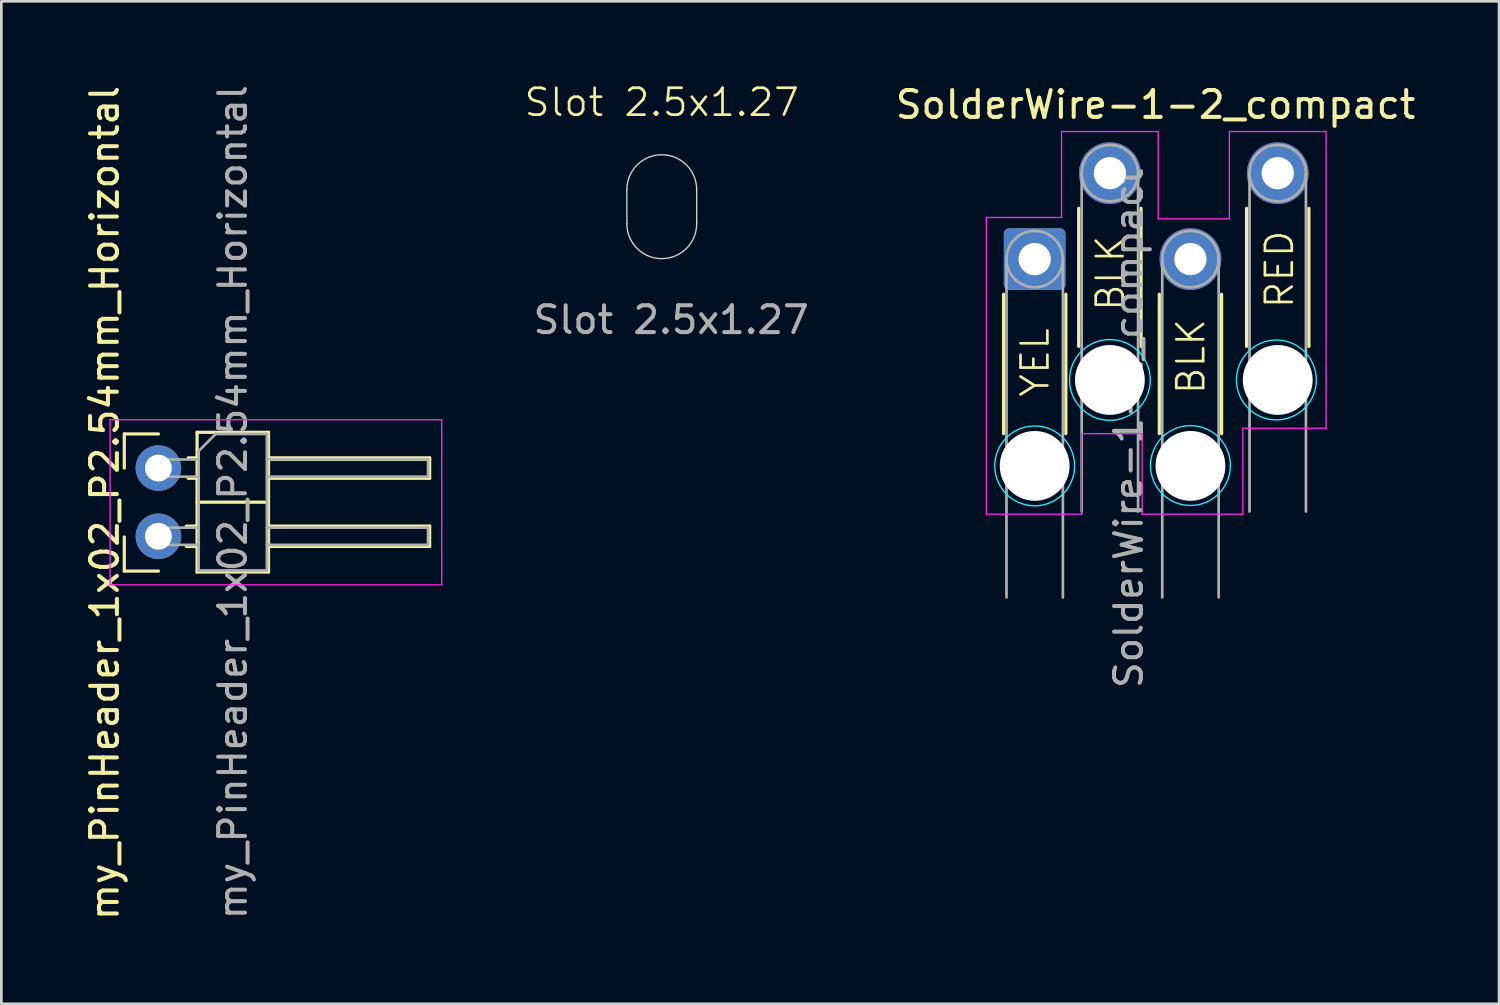
<source format=kicad_pcb>
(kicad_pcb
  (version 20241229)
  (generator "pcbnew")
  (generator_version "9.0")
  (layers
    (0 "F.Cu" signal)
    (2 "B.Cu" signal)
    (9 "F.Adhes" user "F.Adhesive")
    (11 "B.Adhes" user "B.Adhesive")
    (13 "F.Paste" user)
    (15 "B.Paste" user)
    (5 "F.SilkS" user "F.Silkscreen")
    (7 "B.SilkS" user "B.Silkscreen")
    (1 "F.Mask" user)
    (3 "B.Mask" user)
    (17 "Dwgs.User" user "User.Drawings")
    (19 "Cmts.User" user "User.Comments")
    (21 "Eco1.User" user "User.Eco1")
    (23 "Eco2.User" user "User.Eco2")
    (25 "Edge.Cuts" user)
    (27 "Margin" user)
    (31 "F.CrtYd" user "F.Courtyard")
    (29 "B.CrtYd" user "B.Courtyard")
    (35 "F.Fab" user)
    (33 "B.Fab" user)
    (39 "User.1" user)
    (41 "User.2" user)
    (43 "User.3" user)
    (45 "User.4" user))
  (footprint "Slot 2.5x1.27"
    (layer "F.Cu")
    (at 21.592 4.011)
    (property "Reference" "Slot 2.5x1.27" (at 0 -3.25 0) (unlocked yes) (layer "F.SilkS") (effects (font (size 1 1) (thickness 0.1))))
    (attr through_hole)
    (fp_line (start -1.3 1.27) (end -1.3 0) (stroke (width 2) (type default)) (layer "F.Mask"))
    (fp_line (start 1.3 0) (end 1.3 1.27) (stroke (width 2) (type default)) (layer "F.Mask"))
    (fp_arc (start -1.3 0) (mid 0 -1.3) (end 1.3 0) (stroke (width 2) (type default)) (layer "F.Mask"))
    (fp_arc (start 1.3 1.27) (mid 0 2.57) (end -1.3 1.27) (stroke (width 2) (type default)) (layer "F.Mask"))
    (fp_line (start -1.3 0) (end -1.3 1.27) (stroke (width 2) (type default)) (layer "B.Mask"))
    (fp_line (start 1.3 1.27) (end 1.3 0) (stroke (width 2) (type default)) (layer "B.Mask"))
    (fp_arc (start -1.3 0) (mid 0 -1.3) (end 1.3 0) (stroke (width 2) (type default)) (layer "B.Mask"))
    (fp_arc (start 1.3 1.27) (mid 0 2.57) (end -1.3 1.27) (stroke (width 2) (type default)) (layer "B.Mask"))
    (fp_line (start -1.3 1.27) (end -1.3 0) (stroke (width 0.05) (type default)) (layer "Edge.Cuts"))
    (fp_line (start 1.3 0) (end 1.3 1.27) (stroke (width 0.05) (type default)) (layer "Edge.Cuts"))
    (fp_arc (start -1.3 0) (mid 0 -1.3) (end 1.3 0) (stroke (width 0.05) (type default)) (layer "Edge.Cuts"))
    (fp_arc (start 1.3 1.27) (mid 0 2.57) (end -1.3 1.27) (stroke (width 0.05) (type default)) (layer "Edge.Cuts"))
    (fp_text user "${REFERENCE}" (at 0.35 4.85 0) (unlocked yes) (layer "F.Fab") (effects (font (size 1 1) (thickness 0.15)))))
  (footprint "SolderWire-1-2_compact"
    (layer "F.Cu")
    (at 35.478 6.598)
    (property "Reference" "SolderWire-1-2_compact" (at 4.5 -5.75 0) (layer "F.SilkS") (effects (font (size 1 1) (thickness 0.15))))
    (attr exclude_from_pos_files)
    (fp_line (start -1.16 1.31) (end -1.16 6.5) (stroke (width 0.12) (type solid)) (layer "F.SilkS"))
    (fp_line (start 1.16 1.31) (end 1.16 6.5) (stroke (width 0.12) (type solid)) (layer "F.SilkS"))
    (fp_line (start 1.64 -1.89) (end 1.64 3.25) (stroke (width 0.12) (type solid)) (layer "F.SilkS"))
    (fp_line (start 3.96 -1.89) (end 3.96 3.25) (stroke (width 0.12) (type solid)) (layer "F.SilkS"))
    (fp_line (start 4.64 1.31) (end 4.64 6.5) (stroke (width 0.12) (type solid)) (layer "F.SilkS"))
    (fp_line (start 6.96 1.31) (end 6.96 6.5) (stroke (width 0.12) (type solid)) (layer "F.SilkS"))
    (fp_line (start 7.89 -1.89) (end 7.89 3.25) (stroke (width 0.12) (type solid)) (layer "F.SilkS"))
    (fp_line (start 10.21 -1.89) (end 10.21 3.25) (stroke (width 0.12) (type solid)) (layer "F.SilkS"))
    (fp_circle (center 0 7.7) (end 1.4 8.2) (stroke (width 0.05) (type default)) (fill no) (layer "B.CrtYd"))
    (fp_circle (center 2.8 4.5) (end 4.3 4.6) (stroke (width 0.05) (type default)) (fill no) (layer "B.CrtYd"))
    (fp_circle (center 5.8 7.687) (end 6.9 8.687) (stroke (width 0.05) (type default)) (fill no) (layer "B.CrtYd"))
    (fp_circle (center 9 4.5) (end 10 5.6) (stroke (width 0.05) (type default)) (fill no) (layer "B.CrtYd"))
    (fp_line (start -1.8 -1.55) (end -1.8 9.5) (stroke (width 0.05) (type solid)) (layer "F.CrtYd"))
    (fp_line (start -1.8 9.5) (end 1.75 9.5) (stroke (width 0.05) (type solid)) (layer "F.CrtYd"))
    (fp_line (start 1 -4.75) (end 1 -1.55) (stroke (width 0.05) (type solid)) (layer "F.CrtYd"))
    (fp_line (start 1 -1.55) (end -1.8 -1.55) (stroke (width 0.05) (type solid)) (layer "F.CrtYd"))
    (fp_line (start 1.75 6.5) (end 4 6.5) (stroke (width 0.05) (type solid)) (layer "F.CrtYd"))
    (fp_line (start 1.75 9.5) (end 1.75 6.5) (stroke (width 0.05) (type solid)) (layer "F.CrtYd"))
    (fp_line (start 4 6.5) (end 4 9.5) (stroke (width 0.05) (type solid)) (layer "F.CrtYd"))
    (fp_line (start 4 9.5) (end 7.75 9.5) (stroke (width 0.05) (type solid)) (layer "F.CrtYd"))
    (fp_line (start 4.6 -4.75) (end 1 -4.75) (stroke (width 0.05) (type solid)) (layer "F.CrtYd"))
    (fp_line (start 4.6 -1.5) (end 4.6 -4.75) (stroke (width 0.05) (type solid)) (layer "F.CrtYd"))
    (fp_line (start 7.25 -4.75) (end 7.25 -1.5) (stroke (width 0.05) (type solid)) (layer "F.CrtYd"))
    (fp_line (start 7.25 -1.5) (end 4.6 -1.5) (stroke (width 0.05) (type solid)) (layer "F.CrtYd"))
    (fp_line (start 7.75 6.3) (end 10.85 6.3) (stroke (width 0.05) (type solid)) (layer "F.CrtYd"))
    (fp_line (start 7.75 9.5) (end 7.75 6.3) (stroke (width 0.05) (type solid)) (layer "F.CrtYd"))
    (fp_line (start 10.85 -4.75) (end 7.25 -4.75) (stroke (width 0.05) (type solid)) (layer "F.CrtYd"))
    (fp_line (start 10.85 6.3) (end 10.85 -4.75) (stroke (width 0.05) (type solid)) (layer "F.CrtYd"))
    (fp_line (start -1.05 0) (end -1.05 12.6) (stroke (width 0.1) (type solid)) (layer "F.Fab"))
    (fp_line (start 1.05 0) (end 1.05 12.6) (stroke (width 0.1) (type solid)) (layer "F.Fab"))
    (fp_line (start 1.75 -3.2) (end 1.75 9.4) (stroke (width 0.1) (type solid)) (layer "F.Fab"))
    (fp_line (start 3.85 -3.2) (end 3.85 9.4) (stroke (width 0.1) (type solid)) (layer "F.Fab"))
    (fp_line (start 4.75 0) (end 4.75 12.6) (stroke (width 0.1) (type solid)) (layer "F.Fab"))
    (fp_line (start 6.85 0) (end 6.85 12.6) (stroke (width 0.1) (type solid)) (layer "F.Fab"))
    (fp_line (start 8 -3.2) (end 8 9.4) (stroke (width 0.1) (type solid)) (layer "F.Fab"))
    (fp_line (start 10.1 -3.2) (end 10.1 9.4) (stroke (width 0.1) (type solid)) (layer "F.Fab"))
    (fp_circle (center 0 0) (end 1.05 0) (stroke (width 0.1) (type solid)) (fill no) (layer "F.Fab"))
    (fp_circle (center 0 7.7) (end 1.05 7.7) (stroke (width 0.1) (type solid)) (fill no) (layer "F.Fab"))
    (fp_circle (center 2.8 -3.2) (end 3.85 -3.2) (stroke (width 0.1) (type solid)) (fill no) (layer "F.Fab"))
    (fp_circle (center 2.8 4.5) (end 3.85 4.5) (stroke (width 0.1) (type solid)) (fill no) (layer "F.Fab"))
    (fp_circle (center 5.8 0) (end 6.85 0) (stroke (width 0.1) (type solid)) (fill no) (layer "F.Fab"))
    (fp_circle (center 5.8 7.7) (end 6.85 7.7) (stroke (width 0.1) (type solid)) (fill no) (layer "F.Fab"))
    (fp_circle (center 9.05 -3.2) (end 10.1 -3.2) (stroke (width 0.1) (type solid)) (fill no) (layer "F.Fab"))
    (fp_circle (center 9.05 4.5) (end 10.1 4.5) (stroke (width 0.1) (type solid)) (fill no) (layer "F.Fab"))
    (fp_text user "YEL" (at 0.6 5.2 90) (unlocked yes) (layer "F.SilkS") (effects (font (size 1 1) (thickness 0.1)) (justify left bottom)))
    (fp_text user "BLK" (at 3.4 2 90) (unlocked yes) (layer "F.SilkS") (effects (font (size 1 1) (thickness 0.1)) (justify left bottom)))
    (fp_text user "RED" (at 9.7 1.9 90) (unlocked yes) (layer "F.SilkS") (effects (font (size 1 1) (thickness 0.1)) (justify left bottom)))
    (fp_text user "BLK" (at 6.4 5.1 90) (unlocked yes) (layer "F.SilkS") (effects (font (size 1 1) (thickness 0.1)) (justify left bottom)))
    (fp_text user "${REFERENCE}" (at 3.5 6.3 90) (layer "F.Fab") (effects (font (size 1 1) (thickness 0.15))))
    (pad "" np_thru_hole circle (at 0 7.7) (size 2.6 2.6) (drill 2.6) (layers "*.Cu" "*.Mask"))
    (pad "" np_thru_hole circle (at 2.8 4.5) (size 2.6 2.6) (drill 2.6) (layers "*.Cu" "*.Mask"))
    (pad "" np_thru_hole circle (at 5.8 7.7) (size 2.6 2.6) (drill 2.6) (layers "*.Cu" "*.Mask"))
    (pad "" np_thru_hole circle (at 9.05 4.5) (size 2.6 2.6) (drill 2.6) (layers "*.Cu" "*.Mask"))
    (pad "1" thru_hole roundrect (at 0 0) (size 2.3 2.3) (drill 1.2) (layers "*.Cu" "*.Mask") (roundrect_rratio 0.087))
    (pad "2" thru_hole circle (at 2.8 -3.2) (size 2.3 2.3) (drill 1.2) (layers "*.Cu" "*.Mask"))
    (pad "3" thru_hole circle (at 5.8 0) (size 2.3 2.3) (drill 1.2) (layers "*.Cu" "*.Mask"))
    (pad "4" thru_hole circle (at 9.05 -3.2) (size 2.3 2.3) (drill 1.2) (layers "*.Cu" "*.Mask")))
  (footprint "my_PinHeader_1x02_P2.54mm_Horizontal"
    (layer "F.Cu")
    (at 2.848 14.379)
    (property "Reference" "my_PinHeader_1x02_P2.54mm_Horizontal" (at -2 1.3 90) (layer "F.SilkS") (effects (font (size 1 1) (thickness 0.15))))
    (attr through_hole)
    (fp_line (start -1.27 -1.27) (end 0 -1.27) (stroke (width 0.12) (type solid)) (layer "F.SilkS"))
    (fp_line (start -1.27 0) (end -1.27 -1.27) (stroke (width 0.12) (type solid)) (layer "F.SilkS"))
    (fp_line (start -1.27 3.835) (end -1.27 2.565) (stroke (width 0.12) (type solid)) (layer "F.SilkS"))
    (fp_line (start -1.27 3.835) (end 0 3.835) (stroke (width 0.12) (type solid)) (layer "F.SilkS"))
    (fp_line (start 1.043 2.16) (end 1.44 2.16) (stroke (width 0.12) (type solid)) (layer "F.SilkS"))
    (fp_line (start 1.043 2.92) (end 1.44 2.92) (stroke (width 0.12) (type solid)) (layer "F.SilkS"))
    (fp_line (start 1.11 -0.38) (end 1.44 -0.38) (stroke (width 0.12) (type solid)) (layer "F.SilkS"))
    (fp_line (start 1.11 0.38) (end 1.44 0.38) (stroke (width 0.12) (type solid)) (layer "F.SilkS"))
    (fp_line (start 1.44 -1.33) (end 1.44 3.87) (stroke (width 0.12) (type solid)) (layer "F.SilkS"))
    (fp_line (start 1.44 1.27) (end 4.1 1.27) (stroke (width 0.12) (type solid)) (layer "F.SilkS"))
    (fp_line (start 1.44 3.87) (end 4.1 3.87) (stroke (width 0.12) (type solid)) (layer "F.SilkS"))
    (fp_line (start 4.1 -1.33) (end 1.44 -1.33) (stroke (width 0.12) (type solid)) (layer "F.SilkS"))
    (fp_line (start 4.1 -0.38) (end 10.1 -0.38) (stroke (width 0.12) (type solid)) (layer "F.SilkS"))
    (fp_line (start 4.1 -0.32) (end 10.1 -0.32) (stroke (width 0.12) (type solid)) (layer "F.SilkS"))
    (fp_line (start 4.1 2.16) (end 10.1 2.16) (stroke (width 0.12) (type solid)) (layer "F.SilkS"))
    (fp_line (start 4.1 3.87) (end 4.1 -1.33) (stroke (width 0.12) (type solid)) (layer "F.SilkS"))
    (fp_line (start 10.1 -0.38) (end 10.1 0.38) (stroke (width 0.12) (type solid)) (layer "F.SilkS"))
    (fp_line (start 10.1 0.38) (end 4.1 0.38) (stroke (width 0.12) (type solid)) (layer "F.SilkS"))
    (fp_line (start 10.1 2.16) (end 10.1 2.92) (stroke (width 0.12) (type solid)) (layer "F.SilkS"))
    (fp_line (start 10.1 2.92) (end 4.1 2.92) (stroke (width 0.12) (type solid)) (layer "F.SilkS"))
    (fp_line (start -1.8 -1.8) (end -1.8 4.35) (stroke (width 0.05) (type solid)) (layer "F.CrtYd"))
    (fp_line (start -1.8 4.35) (end 10.55 4.35) (stroke (width 0.05) (type solid)) (layer "F.CrtYd"))
    (fp_line (start 10.55 -1.8) (end -1.8 -1.8) (stroke (width 0.05) (type solid)) (layer "F.CrtYd"))
    (fp_line (start 10.55 4.35) (end 10.55 -1.8) (stroke (width 0.05) (type solid)) (layer "F.CrtYd"))
    (fp_line (start -0.32 -0.32) (end -0.32 0.32) (stroke (width 0.1) (type solid)) (layer "F.Fab"))
    (fp_line (start -0.32 -0.32) (end 1.5 -0.32) (stroke (width 0.1) (type solid)) (layer "F.Fab"))
    (fp_line (start -0.32 0.32) (end 1.5 0.32) (stroke (width 0.1) (type solid)) (layer "F.Fab"))
    (fp_line (start -0.32 2.22) (end -0.32 2.86) (stroke (width 0.1) (type solid)) (layer "F.Fab"))
    (fp_line (start -0.32 2.22) (end 1.5 2.22) (stroke (width 0.1) (type solid)) (layer "F.Fab"))
    (fp_line (start -0.32 2.86) (end 1.5 2.86) (stroke (width 0.1) (type solid)) (layer "F.Fab"))
    (fp_line (start 1.5 -0.635) (end 2.135 -1.27) (stroke (width 0.1) (type solid)) (layer "F.Fab"))
    (fp_line (start 1.5 3.81) (end 1.5 -0.635) (stroke (width 0.1) (type solid)) (layer "F.Fab"))
    (fp_line (start 2.135 -1.27) (end 4.04 -1.27) (stroke (width 0.1) (type solid)) (layer "F.Fab"))
    (fp_line (start 4.04 -1.27) (end 4.04 3.81) (stroke (width 0.1) (type solid)) (layer "F.Fab"))
    (fp_line (start 4.04 -0.32) (end 10.04 -0.32) (stroke (width 0.1) (type solid)) (layer "F.Fab"))
    (fp_line (start 4.04 0.32) (end 10.04 0.32) (stroke (width 0.1) (type solid)) (layer "F.Fab"))
    (fp_line (start 4.04 2.22) (end 10.04 2.22) (stroke (width 0.1) (type solid)) (layer "F.Fab"))
    (fp_line (start 4.04 2.86) (end 10.04 2.86) (stroke (width 0.1) (type solid)) (layer "F.Fab"))
    (fp_line (start 4.04 3.81) (end 1.5 3.81) (stroke (width 0.1) (type solid)) (layer "F.Fab"))
    (fp_line (start 10.04 -0.32) (end 10.04 0.32) (stroke (width 0.1) (type solid)) (layer "F.Fab"))
    (fp_line (start 10.04 2.22) (end 10.04 2.86) (stroke (width 0.1) (type solid)) (layer "F.Fab"))
    (fp_text user "${REFERENCE}" (at 2.77 1.27 90) (layer "F.Fab") (effects (font (size 1 1) (thickness 0.15))))
    (pad "1" thru_hole circle (at 0 0) (size 1.7 1.7) (drill 1) (layers "*.Cu" "*.Mask"))
    (pad "2" thru_hole oval (at 0 2.54) (size 1.7 1.7) (drill 1) (layers "*.Cu" "*.Mask")))
  (gr_rect
    (start -3 -3)
    (end 52.77 34.328)
    (stroke (width 0.1) (type default))
    (fill no)
    (layer "Edge.Cuts")))
</source>
